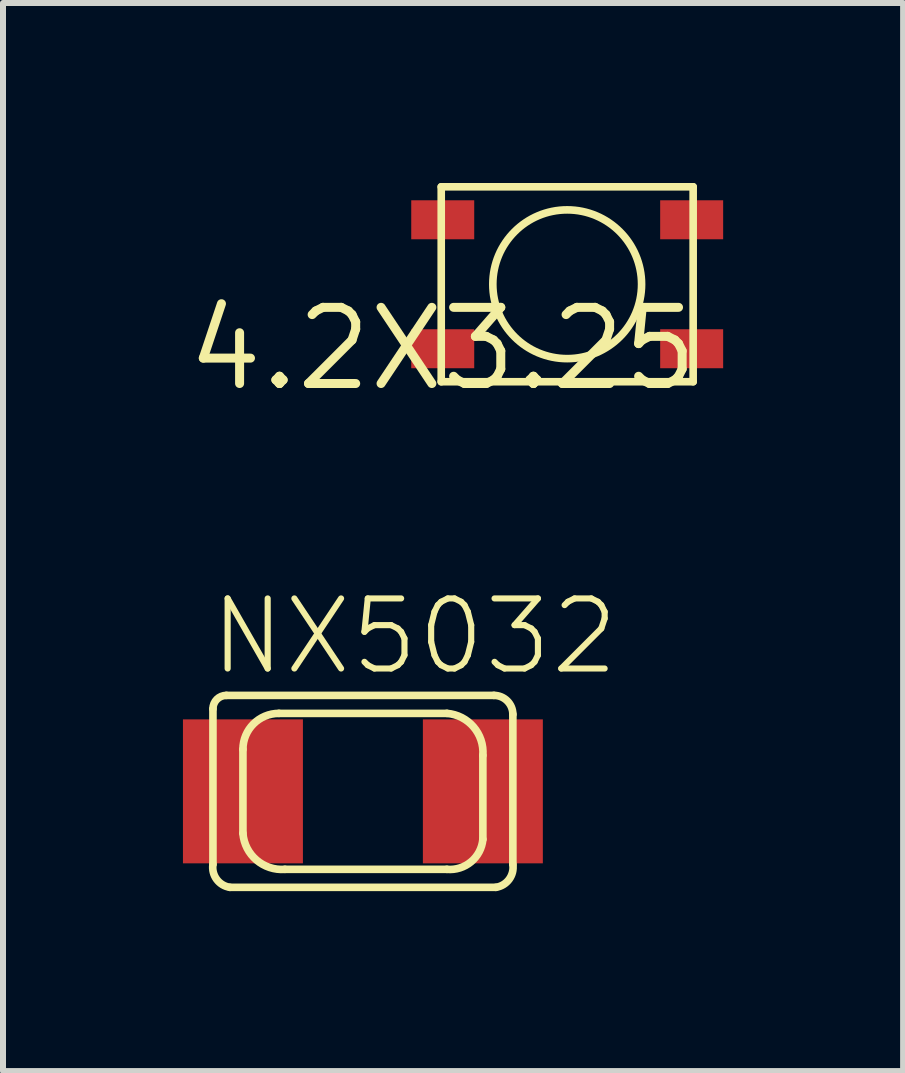
<source format=kicad_pcb>
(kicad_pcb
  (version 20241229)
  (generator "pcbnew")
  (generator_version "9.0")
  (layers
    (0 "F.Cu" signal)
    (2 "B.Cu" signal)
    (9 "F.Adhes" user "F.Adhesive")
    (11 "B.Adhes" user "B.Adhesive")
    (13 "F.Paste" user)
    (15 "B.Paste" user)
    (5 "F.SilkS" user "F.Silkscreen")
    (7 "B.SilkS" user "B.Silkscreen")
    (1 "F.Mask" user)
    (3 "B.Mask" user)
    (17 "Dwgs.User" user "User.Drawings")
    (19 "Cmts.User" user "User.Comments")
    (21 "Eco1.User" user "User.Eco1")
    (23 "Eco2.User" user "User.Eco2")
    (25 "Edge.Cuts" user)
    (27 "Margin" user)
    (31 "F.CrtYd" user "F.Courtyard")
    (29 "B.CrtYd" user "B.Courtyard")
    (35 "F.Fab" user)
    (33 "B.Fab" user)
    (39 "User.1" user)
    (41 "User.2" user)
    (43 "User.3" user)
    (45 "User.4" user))
  (footprint "4.2X3.25"
    (layer "F.Cu")
    (at 4.331 2.764)
    (property "Reference" "4.2X3.25" (at 0 0 0) (layer "F.SilkS") (effects (font (size 1.27 1.27) (thickness 0.15))))
    (fp_line (start -0.025 -2.7) (end 4.175 -2.7) (stroke (width 0.127) (type solid)) (layer "F.SilkS"))
    (fp_line (start -0.025 0.55) (end -0.025 -2.7) (stroke (width 0.127) (type solid)) (layer "F.SilkS"))
    (fp_line (start 4.175 -2.7) (end 4.175 0.55) (stroke (width 0.127) (type solid)) (layer "F.SilkS"))
    (fp_line (start 4.175 0.55) (end -0.025 0.55) (stroke (width 0.127) (type solid)) (layer "F.SilkS"))
    (fp_circle (center 2.075 -1.075) (end 3.315 -1.075) (stroke (width 0.127) (type solid)) (fill no) (layer "F.SilkS"))
    (pad "P$1" smd rect (at 0 0) (size 1.05 0.65) (layers "F.Cu" "F.Mask" "F.Paste"))
    (pad "P$2" smd rect (at 4.15 0) (size 1.05 0.65) (layers "F.Cu" "F.Mask" "F.Paste"))
    (pad "P$3" smd rect (at 4.15 -2.15) (size 1.05 0.65) (layers "F.Cu" "F.Mask" "F.Paste"))
    (pad "P$4" smd rect (at 0 -2.15) (size 1.05 0.65) (layers "F.Cu" "F.Mask" "F.Paste")))
  (footprint "NX5032"
    (layer "F.Cu")
    (at 3 10.143)
    (property "Reference" "NX5032" (at -2.6 -1.9 0) (layer "F.SilkS") (effects (font (size 1.168 1.168) (thickness 0.102)) (justify left bottom)))
    (fp_line (start -2.5 1.217) (end -2.5 -1.376) (stroke (width 0.127) (type solid)) (layer "F.SilkS"))
    (fp_line (start -2.276 -1.6) (end 2.184 -1.6) (stroke (width 0.127) (type solid)) (layer "F.SilkS"))
    (fp_line (start -2 0.7) (end -2 -0.7) (stroke (width 0.127) (type solid)) (layer "F.SilkS"))
    (fp_line (start -1.4 -1.3) (end 1.4 -1.3) (stroke (width 0.127) (type solid)) (layer "F.SilkS"))
    (fp_line (start 1.4 1.3) (end -1.3 1.3) (stroke (width 0.127) (type solid)) (layer "F.SilkS"))
    (fp_line (start 2 -0.6) (end 2 0.8) (stroke (width 0.127) (type solid)) (layer "F.SilkS"))
    (fp_line (start 2.217 1.6) (end -2.217 1.6) (stroke (width 0.127) (type solid)) (layer "F.SilkS"))
    (fp_line (start 2.5 -1.284) (end 2.5 1.217) (stroke (width 0.127) (type solid)) (layer "F.SilkS"))
    (fp_arc (start -2.5 -1.3764) (mid -2.434509 -1.534509) (end -2.2764 -1.6) (stroke (width 0.127) (type solid)) (layer "F.SilkS"))
    (fp_arc (start -2.2172 1.6) (mid -2.43788 1.46717) (end -2.5 1.2172) (stroke (width 0.127) (type solid)) (layer "F.SilkS"))
    (fp_arc (start -2 -0.7) (mid -1.824264 -1.124264) (end -1.4 -1.3) (stroke (width 0.127) (type solid)) (layer "F.SilkS"))
    (fp_arc (start -1.3 1.3) (mid -1.774264 1.144975) (end -2 0.7) (stroke (width 0.127) (type solid)) (layer "F.SilkS"))
    (fp_arc (start 1.4 -1.3) (mid 1.844917 -1.074214) (end 2.000001 -0.599999) (stroke (width 0.127) (type solid)) (layer "F.SilkS"))
    (fp_arc (start 2 0.8) (mid 1.803553 1.174264) (end 1.4 1.3) (stroke (width 0.127) (type solid)) (layer "F.SilkS"))
    (fp_arc (start 2.1838 -1.6) (mid 2.407387 -1.507387) (end 2.5 -1.2838) (stroke (width 0.127) (type solid)) (layer "F.SilkS"))
    (fp_arc (start 2.5 1.2172) (mid 2.43788 1.46717) (end 2.2172 1.6) (stroke (width 0.127) (type solid)) (layer "F.SilkS"))
    (pad "P$1" smd rect (at 2 0) (size 2 2.4) (layers "F.Cu" "F.Mask" "F.Paste"))
    (pad "P$2" smd rect (at -2 0 180) (size 2 2.4) (layers "F.Cu" "F.Mask" "F.Paste")))
  (gr_rect
    (start -3 -3)
    (end 12.006 14.806)
    (stroke (width 0.1) (type default))
    (fill no)
    (layer "Edge.Cuts")))
</source>
